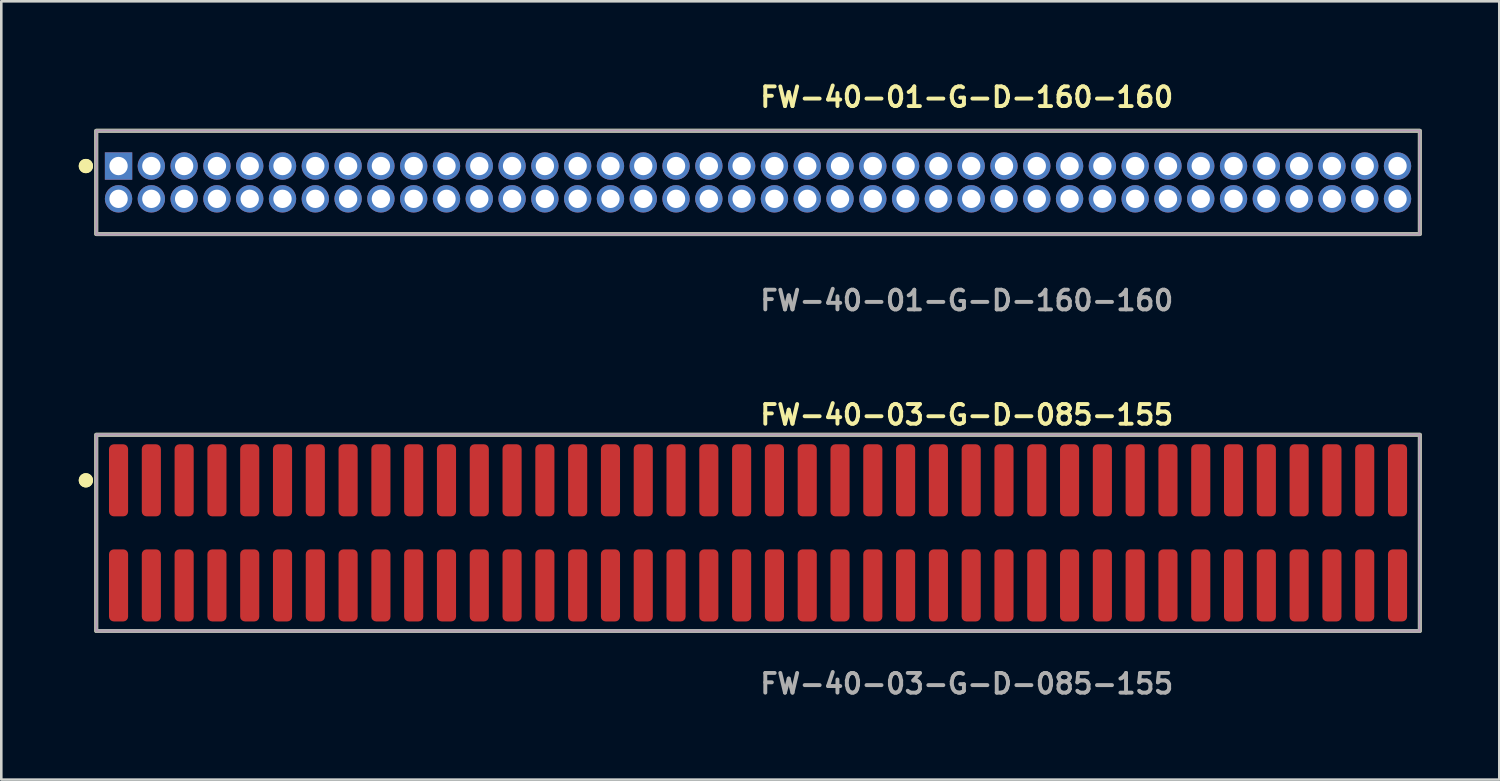
<source format=kicad_pcb>
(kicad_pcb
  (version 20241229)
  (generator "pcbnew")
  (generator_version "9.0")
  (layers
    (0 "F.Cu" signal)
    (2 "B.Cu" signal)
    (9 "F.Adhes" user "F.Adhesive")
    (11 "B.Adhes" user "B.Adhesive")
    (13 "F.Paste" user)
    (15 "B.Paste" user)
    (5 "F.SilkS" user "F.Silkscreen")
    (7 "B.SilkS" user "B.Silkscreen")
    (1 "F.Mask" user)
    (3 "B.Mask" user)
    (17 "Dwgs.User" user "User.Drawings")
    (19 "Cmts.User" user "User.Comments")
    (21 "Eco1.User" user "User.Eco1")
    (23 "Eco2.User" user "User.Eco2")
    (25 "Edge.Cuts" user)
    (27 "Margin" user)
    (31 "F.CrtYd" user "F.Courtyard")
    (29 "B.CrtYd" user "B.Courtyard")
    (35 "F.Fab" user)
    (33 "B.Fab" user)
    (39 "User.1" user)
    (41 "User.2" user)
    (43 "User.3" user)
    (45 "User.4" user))
  (footprint "FW-40-03-G-D-085-155"
    (layer "F.Cu")
    (at 26.306 17.586)
    (property "Reference" "FW-40-03-G-D-085-155" (at 0 -4.572 0) (unlocked yes) (layer "F.SilkS") (effects (font (size 0.762 0.762) (thickness 0.152)) (justify left)))
    (fp_rect (start -25.63 3.8) (end 25.63 -3.8) (stroke (width 0.152) (type solid)) (fill no) (layer "F.SilkS"))
    (fp_circle (center -26.03 -2.035) (end -26.23 -2.035) (stroke (width 0.152) (type solid)) (fill yes) (layer "F.SilkS"))
    (fp_circle (center -26.03 -2.035) (end -26.23 -2.035) (stroke (width 0.152) (type solid)) (fill yes) (layer "F.SilkS"))
    (fp_rect (start -25.63 3.8) (end 25.63 -3.8) (stroke (width 0.006) (type solid)) (fill no) (layer "F.CrtYd"))
    (fp_rect (start -25.63 3.8) (end 25.63 -3.8) (stroke (width 0.152) (type solid)) (fill no) (layer "F.Fab"))
    (fp_text user "${REFERENCE}" (at 0 5.842 0) (unlocked yes) (layer "F.Fab") (effects (font (size 0.762 0.762) (thickness 0.152)) (justify left)))
    (pad "1" smd roundrect (at -24.765 -2.035) (size 0.74 2.79) (layers "F.Cu" "F.Paste") (roundrect_rratio 0.25))
    (pad "2" smd roundrect (at -24.765 2.035) (size 0.74 2.79) (layers "F.Cu" "F.Paste") (roundrect_rratio 0.25))
    (pad "3" smd roundrect (at -23.495 -2.035) (size 0.74 2.79) (layers "F.Cu" "F.Paste") (roundrect_rratio 0.25))
    (pad "4" smd roundrect (at -23.495 2.035) (size 0.74 2.79) (layers "F.Cu" "F.Paste") (roundrect_rratio 0.25))
    (pad "5" smd roundrect (at -22.225 -2.035) (size 0.74 2.79) (layers "F.Cu" "F.Paste") (roundrect_rratio 0.25))
    (pad "6" smd roundrect (at -22.225 2.035) (size 0.74 2.79) (layers "F.Cu" "F.Paste") (roundrect_rratio 0.25))
    (pad "7" smd roundrect (at -20.955 -2.035) (size 0.74 2.79) (layers "F.Cu" "F.Paste") (roundrect_rratio 0.25))
    (pad "8" smd roundrect (at -20.955 2.035) (size 0.74 2.79) (layers "F.Cu" "F.Paste") (roundrect_rratio 0.25))
    (pad "9" smd roundrect (at -19.685 -2.035) (size 0.74 2.79) (layers "F.Cu" "F.Paste") (roundrect_rratio 0.25))
    (pad "10" smd roundrect (at -19.685 2.035) (size 0.74 2.79) (layers "F.Cu" "F.Paste") (roundrect_rratio 0.25))
    (pad "11" smd roundrect (at -18.415 -2.035) (size 0.74 2.79) (layers "F.Cu" "F.Paste") (roundrect_rratio 0.25))
    (pad "12" smd roundrect (at -18.415 2.035) (size 0.74 2.79) (layers "F.Cu" "F.Paste") (roundrect_rratio 0.25))
    (pad "13" smd roundrect (at -17.145 -2.035) (size 0.74 2.79) (layers "F.Cu" "F.Paste") (roundrect_rratio 0.25))
    (pad "14" smd roundrect (at -17.145 2.035) (size 0.74 2.79) (layers "F.Cu" "F.Paste") (roundrect_rratio 0.25))
    (pad "15" smd roundrect (at -15.875 -2.035) (size 0.74 2.79) (layers "F.Cu" "F.Paste") (roundrect_rratio 0.25))
    (pad "16" smd roundrect (at -15.875 2.035) (size 0.74 2.79) (layers "F.Cu" "F.Paste") (roundrect_rratio 0.25))
    (pad "17" smd roundrect (at -14.605 -2.035) (size 0.74 2.79) (layers "F.Cu" "F.Paste") (roundrect_rratio 0.25))
    (pad "18" smd roundrect (at -14.605 2.035) (size 0.74 2.79) (layers "F.Cu" "F.Paste") (roundrect_rratio 0.25))
    (pad "19" smd roundrect (at -13.335 -2.035) (size 0.74 2.79) (layers "F.Cu" "F.Paste") (roundrect_rratio 0.25))
    (pad "20" smd roundrect (at -13.335 2.035) (size 0.74 2.79) (layers "F.Cu" "F.Paste") (roundrect_rratio 0.25))
    (pad "21" smd roundrect (at -12.065 -2.035) (size 0.74 2.79) (layers "F.Cu" "F.Paste") (roundrect_rratio 0.25))
    (pad "22" smd roundrect (at -12.065 2.035) (size 0.74 2.79) (layers "F.Cu" "F.Paste") (roundrect_rratio 0.25))
    (pad "23" smd roundrect (at -10.795 -2.035) (size 0.74 2.79) (layers "F.Cu" "F.Paste") (roundrect_rratio 0.25))
    (pad "24" smd roundrect (at -10.795 2.035) (size 0.74 2.79) (layers "F.Cu" "F.Paste") (roundrect_rratio 0.25))
    (pad "25" smd roundrect (at -9.525 -2.035) (size 0.74 2.79) (layers "F.Cu" "F.Paste") (roundrect_rratio 0.25))
    (pad "26" smd roundrect (at -9.525 2.035) (size 0.74 2.79) (layers "F.Cu" "F.Paste") (roundrect_rratio 0.25))
    (pad "27" smd roundrect (at -8.255 -2.035) (size 0.74 2.79) (layers "F.Cu" "F.Paste") (roundrect_rratio 0.25))
    (pad "28" smd roundrect (at -8.255 2.035) (size 0.74 2.79) (layers "F.Cu" "F.Paste") (roundrect_rratio 0.25))
    (pad "29" smd roundrect (at -6.985 -2.035) (size 0.74 2.79) (layers "F.Cu" "F.Paste") (roundrect_rratio 0.25))
    (pad "30" smd roundrect (at -6.985 2.035) (size 0.74 2.79) (layers "F.Cu" "F.Paste") (roundrect_rratio 0.25))
    (pad "31" smd roundrect (at -5.715 -2.035) (size 0.74 2.79) (layers "F.Cu" "F.Paste") (roundrect_rratio 0.25))
    (pad "32" smd roundrect (at -5.715 2.035) (size 0.74 2.79) (layers "F.Cu" "F.Paste") (roundrect_rratio 0.25))
    (pad "33" smd roundrect (at -4.445 -2.035) (size 0.74 2.79) (layers "F.Cu" "F.Paste") (roundrect_rratio 0.25))
    (pad "34" smd roundrect (at -4.445 2.035) (size 0.74 2.79) (layers "F.Cu" "F.Paste") (roundrect_rratio 0.25))
    (pad "35" smd roundrect (at -3.175 -2.035) (size 0.74 2.79) (layers "F.Cu" "F.Paste") (roundrect_rratio 0.25))
    (pad "36" smd roundrect (at -3.175 2.035) (size 0.74 2.79) (layers "F.Cu" "F.Paste") (roundrect_rratio 0.25))
    (pad "37" smd roundrect (at -1.905 -2.035) (size 0.74 2.79) (layers "F.Cu" "F.Paste") (roundrect_rratio 0.25))
    (pad "38" smd roundrect (at -1.905 2.035) (size 0.74 2.79) (layers "F.Cu" "F.Paste") (roundrect_rratio 0.25))
    (pad "39" smd roundrect (at -0.635 -2.035) (size 0.74 2.79) (layers "F.Cu" "F.Paste") (roundrect_rratio 0.25))
    (pad "40" smd roundrect (at -0.635 2.035) (size 0.74 2.79) (layers "F.Cu" "F.Paste") (roundrect_rratio 0.25))
    (pad "41" smd roundrect (at 0.635 -2.035) (size 0.74 2.79) (layers "F.Cu" "F.Paste") (roundrect_rratio 0.25))
    (pad "42" smd roundrect (at 0.635 2.035) (size 0.74 2.79) (layers "F.Cu" "F.Paste") (roundrect_rratio 0.25))
    (pad "43" smd roundrect (at 1.905 -2.035) (size 0.74 2.79) (layers "F.Cu" "F.Paste") (roundrect_rratio 0.25))
    (pad "44" smd roundrect (at 1.905 2.035) (size 0.74 2.79) (layers "F.Cu" "F.Paste") (roundrect_rratio 0.25))
    (pad "45" smd roundrect (at 3.175 -2.035) (size 0.74 2.79) (layers "F.Cu" "F.Paste") (roundrect_rratio 0.25))
    (pad "46" smd roundrect (at 3.175 2.035) (size 0.74 2.79) (layers "F.Cu" "F.Paste") (roundrect_rratio 0.25))
    (pad "47" smd roundrect (at 4.445 -2.035) (size 0.74 2.79) (layers "F.Cu" "F.Paste") (roundrect_rratio 0.25))
    (pad "48" smd roundrect (at 4.445 2.035) (size 0.74 2.79) (layers "F.Cu" "F.Paste") (roundrect_rratio 0.25))
    (pad "49" smd roundrect (at 5.715 -2.035) (size 0.74 2.79) (layers "F.Cu" "F.Paste") (roundrect_rratio 0.25))
    (pad "50" smd roundrect (at 5.715 2.035) (size 0.74 2.79) (layers "F.Cu" "F.Paste") (roundrect_rratio 0.25))
    (pad "51" smd roundrect (at 6.985 -2.035) (size 0.74 2.79) (layers "F.Cu" "F.Paste") (roundrect_rratio 0.25))
    (pad "52" smd roundrect (at 6.985 2.035) (size 0.74 2.79) (layers "F.Cu" "F.Paste") (roundrect_rratio 0.25))
    (pad "53" smd roundrect (at 8.255 -2.035) (size 0.74 2.79) (layers "F.Cu" "F.Paste") (roundrect_rratio 0.25))
    (pad "54" smd roundrect (at 8.255 2.035) (size 0.74 2.79) (layers "F.Cu" "F.Paste") (roundrect_rratio 0.25))
    (pad "55" smd roundrect (at 9.525 -2.035) (size 0.74 2.79) (layers "F.Cu" "F.Paste") (roundrect_rratio 0.25))
    (pad "56" smd roundrect (at 9.525 2.035) (size 0.74 2.79) (layers "F.Cu" "F.Paste") (roundrect_rratio 0.25))
    (pad "57" smd roundrect (at 10.795 -2.035) (size 0.74 2.79) (layers "F.Cu" "F.Paste") (roundrect_rratio 0.25))
    (pad "58" smd roundrect (at 10.795 2.035) (size 0.74 2.79) (layers "F.Cu" "F.Paste") (roundrect_rratio 0.25))
    (pad "59" smd roundrect (at 12.065 -2.035) (size 0.74 2.79) (layers "F.Cu" "F.Paste") (roundrect_rratio 0.25))
    (pad "60" smd roundrect (at 12.065 2.035) (size 0.74 2.79) (layers "F.Cu" "F.Paste") (roundrect_rratio 0.25))
    (pad "61" smd roundrect (at 13.335 -2.035) (size 0.74 2.79) (layers "F.Cu" "F.Paste") (roundrect_rratio 0.25))
    (pad "62" smd roundrect (at 13.335 2.035) (size 0.74 2.79) (layers "F.Cu" "F.Paste") (roundrect_rratio 0.25))
    (pad "63" smd roundrect (at 14.605 -2.035) (size 0.74 2.79) (layers "F.Cu" "F.Paste") (roundrect_rratio 0.25))
    (pad "64" smd roundrect (at 14.605 2.035) (size 0.74 2.79) (layers "F.Cu" "F.Paste") (roundrect_rratio 0.25))
    (pad "65" smd roundrect (at 15.875 -2.035) (size 0.74 2.79) (layers "F.Cu" "F.Paste") (roundrect_rratio 0.25))
    (pad "66" smd roundrect (at 15.875 2.035) (size 0.74 2.79) (layers "F.Cu" "F.Paste") (roundrect_rratio 0.25))
    (pad "67" smd roundrect (at 17.145 -2.035) (size 0.74 2.79) (layers "F.Cu" "F.Paste") (roundrect_rratio 0.25))
    (pad "68" smd roundrect (at 17.145 2.035) (size 0.74 2.79) (layers "F.Cu" "F.Paste") (roundrect_rratio 0.25))
    (pad "69" smd roundrect (at 18.415 -2.035) (size 0.74 2.79) (layers "F.Cu" "F.Paste") (roundrect_rratio 0.25))
    (pad "70" smd roundrect (at 18.415 2.035) (size 0.74 2.79) (layers "F.Cu" "F.Paste") (roundrect_rratio 0.25))
    (pad "71" smd roundrect (at 19.685 -2.035) (size 0.74 2.79) (layers "F.Cu" "F.Paste") (roundrect_rratio 0.25))
    (pad "72" smd roundrect (at 19.685 2.035) (size 0.74 2.79) (layers "F.Cu" "F.Paste") (roundrect_rratio 0.25))
    (pad "73" smd roundrect (at 20.955 -2.035) (size 0.74 2.79) (layers "F.Cu" "F.Paste") (roundrect_rratio 0.25))
    (pad "74" smd roundrect (at 20.955 2.035) (size 0.74 2.79) (layers "F.Cu" "F.Paste") (roundrect_rratio 0.25))
    (pad "75" smd roundrect (at 22.225 -2.035) (size 0.74 2.79) (layers "F.Cu" "F.Paste") (roundrect_rratio 0.25))
    (pad "76" smd roundrect (at 22.225 2.035) (size 0.74 2.79) (layers "F.Cu" "F.Paste") (roundrect_rratio 0.25))
    (pad "77" smd roundrect (at 23.495 -2.035) (size 0.74 2.79) (layers "F.Cu" "F.Paste") (roundrect_rratio 0.25))
    (pad "78" smd roundrect (at 23.495 2.035) (size 0.74 2.79) (layers "F.Cu" "F.Paste") (roundrect_rratio 0.25))
    (pad "79" smd roundrect (at 24.765 -2.035) (size 0.74 2.79) (layers "F.Cu" "F.Paste") (roundrect_rratio 0.25))
    (pad "80" smd roundrect (at 24.765 2.035) (size 0.74 2.79) (layers "F.Cu" "F.Paste") (roundrect_rratio 0.25)))
  (footprint "FW-40-01-G-D-160-160"
    (layer "F.Cu")
    (at 26.306 4.015)
    (property "Reference" "FW-40-01-G-D-160-160" (at 0 -3.302 0) (unlocked yes) (layer "F.SilkS") (effects (font (size 0.762 0.762) (thickness 0.152)) (justify left)))
    (fp_rect (start -25.63 2) (end 25.63 -2) (stroke (width 0.152) (type solid)) (fill no) (layer "F.SilkS"))
    (fp_circle (center -26.03 -0.635) (end -26.23 -0.635) (stroke (width 0.152) (type solid)) (fill yes) (layer "F.SilkS"))
    (fp_circle (center -26.03 -0.635) (end -26.23 -0.635) (stroke (width 0.152) (type solid)) (fill yes) (layer "F.SilkS"))
    (fp_rect (start -25.63 2) (end 25.63 -2) (stroke (width 0.006) (type solid)) (fill no) (layer "F.CrtYd"))
    (fp_rect (start -25.63 2) (end 25.63 -2) (stroke (width 0.152) (type solid)) (fill no) (layer "F.Fab"))
    (fp_text user "${REFERENCE}" (at 0 4.572 0) (unlocked yes) (layer "F.Fab") (effects (font (size 0.762 0.762) (thickness 0.152)) (justify left)))
    (pad "1" thru_hole rect (at -24.765 -0.635) (size 1.06 1.06) (drill 0.71) (layers "*.Cu" "*.Mask"))
    (pad "2" thru_hole circle (at -24.765 0.635) (size 1.06 1.06) (drill 0.71) (layers "*.Cu" "*.Mask"))
    (pad "3" thru_hole circle (at -23.495 -0.635) (size 1.06 1.06) (drill 0.71) (layers "*.Cu" "*.Mask"))
    (pad "4" thru_hole circle (at -23.495 0.635) (size 1.06 1.06) (drill 0.71) (layers "*.Cu" "*.Mask"))
    (pad "5" thru_hole circle (at -22.225 -0.635) (size 1.06 1.06) (drill 0.71) (layers "*.Cu" "*.Mask"))
    (pad "6" thru_hole circle (at -22.225 0.635) (size 1.06 1.06) (drill 0.71) (layers "*.Cu" "*.Mask"))
    (pad "7" thru_hole circle (at -20.955 -0.635) (size 1.06 1.06) (drill 0.71) (layers "*.Cu" "*.Mask"))
    (pad "8" thru_hole circle (at -20.955 0.635) (size 1.06 1.06) (drill 0.71) (layers "*.Cu" "*.Mask"))
    (pad "9" thru_hole circle (at -19.685 -0.635) (size 1.06 1.06) (drill 0.71) (layers "*.Cu" "*.Mask"))
    (pad "10" thru_hole circle (at -19.685 0.635) (size 1.06 1.06) (drill 0.71) (layers "*.Cu" "*.Mask"))
    (pad "11" thru_hole circle (at -18.415 -0.635) (size 1.06 1.06) (drill 0.71) (layers "*.Cu" "*.Mask"))
    (pad "12" thru_hole circle (at -18.415 0.635) (size 1.06 1.06) (drill 0.71) (layers "*.Cu" "*.Mask"))
    (pad "13" thru_hole circle (at -17.145 -0.635) (size 1.06 1.06) (drill 0.71) (layers "*.Cu" "*.Mask"))
    (pad "14" thru_hole circle (at -17.145 0.635) (size 1.06 1.06) (drill 0.71) (layers "*.Cu" "*.Mask"))
    (pad "15" thru_hole circle (at -15.875 -0.635) (size 1.06 1.06) (drill 0.71) (layers "*.Cu" "*.Mask"))
    (pad "16" thru_hole circle (at -15.875 0.635) (size 1.06 1.06) (drill 0.71) (layers "*.Cu" "*.Mask"))
    (pad "17" thru_hole circle (at -14.605 -0.635) (size 1.06 1.06) (drill 0.71) (layers "*.Cu" "*.Mask"))
    (pad "18" thru_hole circle (at -14.605 0.635) (size 1.06 1.06) (drill 0.71) (layers "*.Cu" "*.Mask"))
    (pad "19" thru_hole circle (at -13.335 -0.635) (size 1.06 1.06) (drill 0.71) (layers "*.Cu" "*.Mask"))
    (pad "20" thru_hole circle (at -13.335 0.635) (size 1.06 1.06) (drill 0.71) (layers "*.Cu" "*.Mask"))
    (pad "21" thru_hole circle (at -12.065 -0.635) (size 1.06 1.06) (drill 0.71) (layers "*.Cu" "*.Mask"))
    (pad "22" thru_hole circle (at -12.065 0.635) (size 1.06 1.06) (drill 0.71) (layers "*.Cu" "*.Mask"))
    (pad "23" thru_hole circle (at -10.795 -0.635) (size 1.06 1.06) (drill 0.71) (layers "*.Cu" "*.Mask"))
    (pad "24" thru_hole circle (at -10.795 0.635) (size 1.06 1.06) (drill 0.71) (layers "*.Cu" "*.Mask"))
    (pad "25" thru_hole circle (at -9.525 -0.635) (size 1.06 1.06) (drill 0.71) (layers "*.Cu" "*.Mask"))
    (pad "26" thru_hole circle (at -9.525 0.635) (size 1.06 1.06) (drill 0.71) (layers "*.Cu" "*.Mask"))
    (pad "27" thru_hole circle (at -8.255 -0.635) (size 1.06 1.06) (drill 0.71) (layers "*.Cu" "*.Mask"))
    (pad "28" thru_hole circle (at -8.255 0.635) (size 1.06 1.06) (drill 0.71) (layers "*.Cu" "*.Mask"))
    (pad "29" thru_hole circle (at -6.985 -0.635) (size 1.06 1.06) (drill 0.71) (layers "*.Cu" "*.Mask"))
    (pad "30" thru_hole circle (at -6.985 0.635) (size 1.06 1.06) (drill 0.71) (layers "*.Cu" "*.Mask"))
    (pad "31" thru_hole circle (at -5.715 -0.635) (size 1.06 1.06) (drill 0.71) (layers "*.Cu" "*.Mask"))
    (pad "32" thru_hole circle (at -5.715 0.635) (size 1.06 1.06) (drill 0.71) (layers "*.Cu" "*.Mask"))
    (pad "33" thru_hole circle (at -4.445 -0.635) (size 1.06 1.06) (drill 0.71) (layers "*.Cu" "*.Mask"))
    (pad "34" thru_hole circle (at -4.445 0.635) (size 1.06 1.06) (drill 0.71) (layers "*.Cu" "*.Mask"))
    (pad "35" thru_hole circle (at -3.175 -0.635) (size 1.06 1.06) (drill 0.71) (layers "*.Cu" "*.Mask"))
    (pad "36" thru_hole circle (at -3.175 0.635) (size 1.06 1.06) (drill 0.71) (layers "*.Cu" "*.Mask"))
    (pad "37" thru_hole circle (at -1.905 -0.635) (size 1.06 1.06) (drill 0.71) (layers "*.Cu" "*.Mask"))
    (pad "38" thru_hole circle (at -1.905 0.635) (size 1.06 1.06) (drill 0.71) (layers "*.Cu" "*.Mask"))
    (pad "39" thru_hole circle (at -0.635 -0.635) (size 1.06 1.06) (drill 0.71) (layers "*.Cu" "*.Mask"))
    (pad "40" thru_hole circle (at -0.635 0.635) (size 1.06 1.06) (drill 0.71) (layers "*.Cu" "*.Mask"))
    (pad "41" thru_hole circle (at 0.635 -0.635) (size 1.06 1.06) (drill 0.71) (layers "*.Cu" "*.Mask"))
    (pad "42" thru_hole circle (at 0.635 0.635) (size 1.06 1.06) (drill 0.71) (layers "*.Cu" "*.Mask"))
    (pad "43" thru_hole circle (at 1.905 -0.635) (size 1.06 1.06) (drill 0.71) (layers "*.Cu" "*.Mask"))
    (pad "44" thru_hole circle (at 1.905 0.635) (size 1.06 1.06) (drill 0.71) (layers "*.Cu" "*.Mask"))
    (pad "45" thru_hole circle (at 3.175 -0.635) (size 1.06 1.06) (drill 0.71) (layers "*.Cu" "*.Mask"))
    (pad "46" thru_hole circle (at 3.175 0.635) (size 1.06 1.06) (drill 0.71) (layers "*.Cu" "*.Mask"))
    (pad "47" thru_hole circle (at 4.445 -0.635) (size 1.06 1.06) (drill 0.71) (layers "*.Cu" "*.Mask"))
    (pad "48" thru_hole circle (at 4.445 0.635) (size 1.06 1.06) (drill 0.71) (layers "*.Cu" "*.Mask"))
    (pad "49" thru_hole circle (at 5.715 -0.635) (size 1.06 1.06) (drill 0.71) (layers "*.Cu" "*.Mask"))
    (pad "50" thru_hole circle (at 5.715 0.635) (size 1.06 1.06) (drill 0.71) (layers "*.Cu" "*.Mask"))
    (pad "51" thru_hole circle (at 6.985 -0.635) (size 1.06 1.06) (drill 0.71) (layers "*.Cu" "*.Mask"))
    (pad "52" thru_hole circle (at 6.985 0.635) (size 1.06 1.06) (drill 0.71) (layers "*.Cu" "*.Mask"))
    (pad "53" thru_hole circle (at 8.255 -0.635) (size 1.06 1.06) (drill 0.71) (layers "*.Cu" "*.Mask"))
    (pad "54" thru_hole circle (at 8.255 0.635) (size 1.06 1.06) (drill 0.71) (layers "*.Cu" "*.Mask"))
    (pad "55" thru_hole circle (at 9.525 -0.635) (size 1.06 1.06) (drill 0.71) (layers "*.Cu" "*.Mask"))
    (pad "56" thru_hole circle (at 9.525 0.635) (size 1.06 1.06) (drill 0.71) (layers "*.Cu" "*.Mask"))
    (pad "57" thru_hole circle (at 10.795 -0.635) (size 1.06 1.06) (drill 0.71) (layers "*.Cu" "*.Mask"))
    (pad "58" thru_hole circle (at 10.795 0.635) (size 1.06 1.06) (drill 0.71) (layers "*.Cu" "*.Mask"))
    (pad "59" thru_hole circle (at 12.065 -0.635) (size 1.06 1.06) (drill 0.71) (layers "*.Cu" "*.Mask"))
    (pad "60" thru_hole circle (at 12.065 0.635) (size 1.06 1.06) (drill 0.71) (layers "*.Cu" "*.Mask"))
    (pad "61" thru_hole circle (at 13.335 -0.635) (size 1.06 1.06) (drill 0.71) (layers "*.Cu" "*.Mask"))
    (pad "62" thru_hole circle (at 13.335 0.635) (size 1.06 1.06) (drill 0.71) (layers "*.Cu" "*.Mask"))
    (pad "63" thru_hole circle (at 14.605 -0.635) (size 1.06 1.06) (drill 0.71) (layers "*.Cu" "*.Mask"))
    (pad "64" thru_hole circle (at 14.605 0.635) (size 1.06 1.06) (drill 0.71) (layers "*.Cu" "*.Mask"))
    (pad "65" thru_hole circle (at 15.875 -0.635) (size 1.06 1.06) (drill 0.71) (layers "*.Cu" "*.Mask"))
    (pad "66" thru_hole circle (at 15.875 0.635) (size 1.06 1.06) (drill 0.71) (layers "*.Cu" "*.Mask"))
    (pad "67" thru_hole circle (at 17.145 -0.635) (size 1.06 1.06) (drill 0.71) (layers "*.Cu" "*.Mask"))
    (pad "68" thru_hole circle (at 17.145 0.635) (size 1.06 1.06) (drill 0.71) (layers "*.Cu" "*.Mask"))
    (pad "69" thru_hole circle (at 18.415 -0.635) (size 1.06 1.06) (drill 0.71) (layers "*.Cu" "*.Mask"))
    (pad "70" thru_hole circle (at 18.415 0.635) (size 1.06 1.06) (drill 0.71) (layers "*.Cu" "*.Mask"))
    (pad "71" thru_hole circle (at 19.685 -0.635) (size 1.06 1.06) (drill 0.71) (layers "*.Cu" "*.Mask"))
    (pad "72" thru_hole circle (at 19.685 0.635) (size 1.06 1.06) (drill 0.71) (layers "*.Cu" "*.Mask"))
    (pad "73" thru_hole circle (at 20.955 -0.635) (size 1.06 1.06) (drill 0.71) (layers "*.Cu" "*.Mask"))
    (pad "74" thru_hole circle (at 20.955 0.635) (size 1.06 1.06) (drill 0.71) (layers "*.Cu" "*.Mask"))
    (pad "75" thru_hole circle (at 22.225 -0.635) (size 1.06 1.06) (drill 0.71) (layers "*.Cu" "*.Mask"))
    (pad "76" thru_hole circle (at 22.225 0.635) (size 1.06 1.06) (drill 0.71) (layers "*.Cu" "*.Mask"))
    (pad "77" thru_hole circle (at 23.495 -0.635) (size 1.06 1.06) (drill 0.71) (layers "*.Cu" "*.Mask"))
    (pad "78" thru_hole circle (at 23.495 0.635) (size 1.06 1.06) (drill 0.71) (layers "*.Cu" "*.Mask"))
    (pad "79" thru_hole circle (at 24.765 -0.635) (size 1.06 1.06) (drill 0.71) (layers "*.Cu" "*.Mask"))
    (pad "80" thru_hole circle (at 24.765 0.635) (size 1.06 1.06) (drill 0.71) (layers "*.Cu" "*.Mask")))
  (gr_rect
    (start -3 -3)
    (end 55.012 27.141)
    (stroke (width 0.1) (type default))
    (fill no)
    (layer "Edge.Cuts")))
</source>
